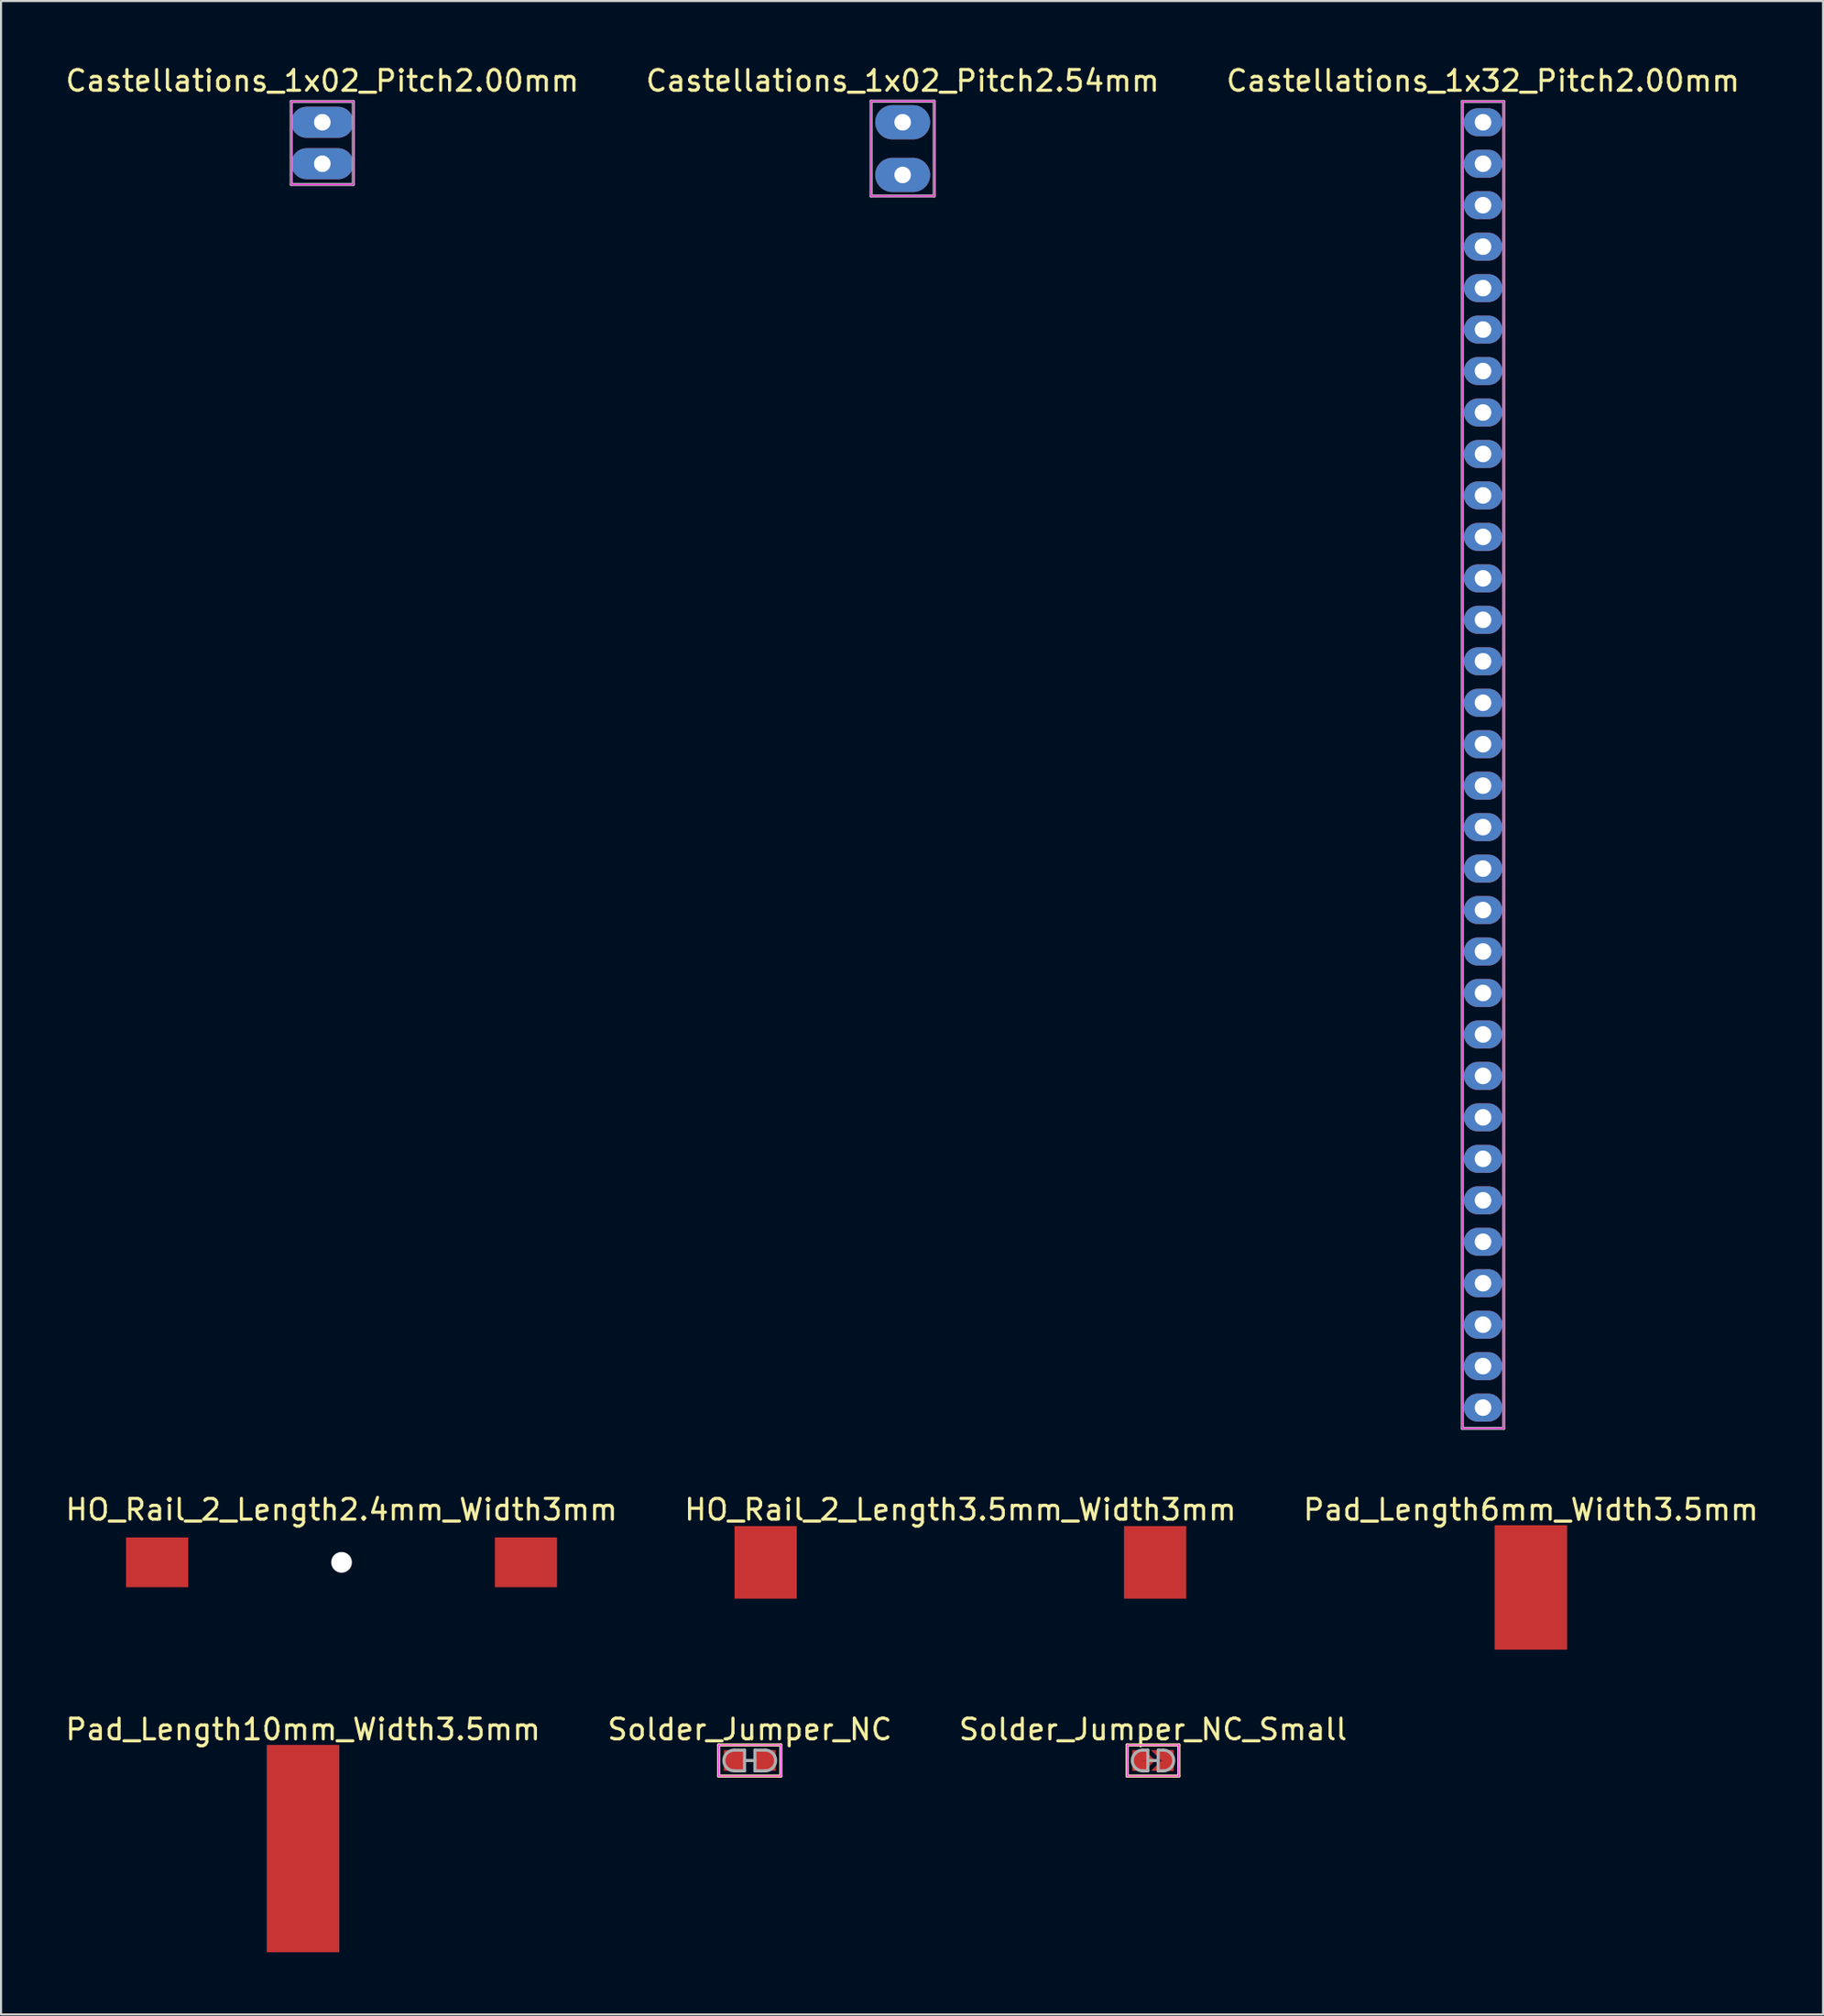
<source format=kicad_pcb>
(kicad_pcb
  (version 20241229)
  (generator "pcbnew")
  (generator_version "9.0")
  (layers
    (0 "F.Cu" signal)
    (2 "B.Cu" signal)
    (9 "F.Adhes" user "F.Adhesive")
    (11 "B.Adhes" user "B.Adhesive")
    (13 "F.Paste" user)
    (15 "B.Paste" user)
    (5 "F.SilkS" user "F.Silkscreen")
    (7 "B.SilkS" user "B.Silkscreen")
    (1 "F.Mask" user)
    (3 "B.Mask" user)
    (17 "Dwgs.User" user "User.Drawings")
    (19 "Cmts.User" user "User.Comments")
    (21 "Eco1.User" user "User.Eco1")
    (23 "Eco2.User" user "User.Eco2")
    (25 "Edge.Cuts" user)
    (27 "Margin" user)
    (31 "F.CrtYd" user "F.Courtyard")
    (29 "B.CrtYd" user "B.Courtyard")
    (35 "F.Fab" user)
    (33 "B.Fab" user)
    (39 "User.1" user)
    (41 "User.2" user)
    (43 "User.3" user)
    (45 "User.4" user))
  (footprint "Castellations_1x02_Pitch2.54mm"
    (layer "F.Cu")
    (at 40.518 2.848)
    (property "Reference" "Castellations_1x02_Pitch2.54mm" (at 0 -2 0) (layer "F.SilkS") (effects (font (size 1 1) (thickness 0.15))))
    (attr through_hole)
    (fp_line (start -1.524 -1.016) (end 1.524 -1.016) (stroke (width 0.05) (type solid)) (layer "F.CrtYd"))
    (fp_line (start -1.524 3.556) (end -1.524 -1.016) (stroke (width 0.05) (type solid)) (layer "F.CrtYd"))
    (fp_line (start 1.524 -1.016) (end 1.524 3.556) (stroke (width 0.05) (type solid)) (layer "F.CrtYd"))
    (fp_line (start 1.524 3.556) (end -1.524 3.556) (stroke (width 0.05) (type solid)) (layer "F.CrtYd"))
    (fp_line (start -1.524 -1.016) (end 1.524 -1.016) (stroke (width 0.15) (type solid)) (layer "F.Fab"))
    (fp_line (start -1.524 3.556) (end -1.524 -1.016) (stroke (width 0.15) (type solid)) (layer "F.Fab"))
    (fp_line (start 1.524 -1.016) (end 1.524 3.556) (stroke (width 0.15) (type solid)) (layer "F.Fab"))
    (fp_line (start 1.524 3.556) (end -1.524 3.556) (stroke (width 0.15) (type solid)) (layer "F.Fab"))
    (pad "1" thru_hole oval (at 0 0) (size 2.65 1.65) (drill 0.8) (layers "*.Cu" "*.Mask"))
    (pad "2" thru_hole oval (at 0 2.54) (size 2.65 1.65) (drill 0.8) (layers "*.Cu" "*.Mask")))
  (footprint "Solder_Jumper_NC"
    (layer "F.Cu")
    (at 33.137 81.87)
    (property "Reference" "Solder_Jumper_NC" (at 0 -1.5 0) (layer "F.SilkS") (effects (font (size 1 1) (thickness 0.15))))
    (attr through_hole)
    (fp_line (start -1.5 -0.75) (end 1.5 -0.75) (stroke (width 0.15) (type solid)) (layer "F.SilkS"))
    (fp_line (start -1.5 0.75) (end -1.5 -0.75) (stroke (width 0.15) (type solid)) (layer "F.SilkS"))
    (fp_line (start 1.5 -0.75) (end 1.5 0.75) (stroke (width 0.15) (type solid)) (layer "F.SilkS"))
    (fp_line (start 1.5 0.75) (end -1.5 0.75) (stroke (width 0.15) (type solid)) (layer "F.SilkS"))
    (fp_line (start -1.5 -0.75) (end 1.5 -0.75) (stroke (width 0.05) (type solid)) (layer "F.CrtYd"))
    (fp_line (start -1.5 0.75) (end -1.5 -0.75) (stroke (width 0.05) (type solid)) (layer "F.CrtYd"))
    (fp_line (start 1.5 -0.75) (end 1.5 0.75) (stroke (width 0.05) (type solid)) (layer "F.CrtYd"))
    (fp_line (start 1.5 0.75) (end -1.5 0.75) (stroke (width 0.05) (type solid)) (layer "F.CrtYd"))
    (fp_line (start -0.75 -0.5) (end -0.25 -0.5) (stroke (width 0.15) (type solid)) (layer "F.Fab"))
    (fp_line (start -0.25 -0.5) (end -0.25 0.5) (stroke (width 0.15) (type solid)) (layer "F.Fab"))
    (fp_line (start -0.25 0) (end 0.25 0) (stroke (width 0.15) (type solid)) (layer "F.Fab"))
    (fp_line (start -0.25 0.5) (end -0.75 0.5) (stroke (width 0.15) (type solid)) (layer "F.Fab"))
    (fp_line (start 0.25 -0.5) (end 0.75 -0.5) (stroke (width 0.15) (type solid)) (layer "F.Fab"))
    (fp_line (start 0.25 0.5) (end 0.25 -0.5) (stroke (width 0.15) (type solid)) (layer "F.Fab"))
    (fp_line (start 0.75 0.5) (end 0.25 0.5) (stroke (width 0.15) (type solid)) (layer "F.Fab"))
    (fp_arc (start -0.75 0.5) (mid -1.25 0) (end -0.75 -0.5) (stroke (width 0.15) (type solid)) (layer "F.Fab"))
    (fp_arc (start 0.75 -0.5) (mid 1.25 0) (end 0.75 0.5) (stroke (width 0.15) (type solid)) (layer "F.Fab"))
    (pad "" smd rect (at 0 0) (size 2.5 1) (layers "F.Mask" "F.Paste"))
    (pad "1" smd rect (at -0.75 0) (size 1 1) (layers "F.Cu" "F.Mask" "F.Paste"))
    (pad "2" smd rect (at 0.75 0) (size 1 1) (layers "F.Cu" "F.Mask" "F.Paste")))
  (footprint "Pad_Length10mm_Width3.5mm"
    (layer "F.Cu")
    (at 11.577 86.12)
    (property "Reference" "Pad_Length10mm_Width3.5mm" (at 0 -5.75 0) (layer "F.SilkS") (effects (font (size 1 1) (thickness 0.15))))
    (attr through_hole)
    (pad "1" smd rect (at 0 0) (size 3.5 10) (layers "F.Cu" "F.Mask")))
  (footprint "Castellations_1x02_Pitch2.00mm"
    (layer "F.Cu")
    (at 12.506 2.848)
    (property "Reference" "Castellations_1x02_Pitch2.00mm" (at 0 -2 0) (layer "F.SilkS") (effects (font (size 1 1) (thickness 0.15))))
    (attr through_hole)
    (fp_line (start -1.5 -1) (end 1.5 -1) (stroke (width 0.05) (type solid)) (layer "F.CrtYd"))
    (fp_line (start -1.5 3) (end -1.5 -1) (stroke (width 0.05) (type solid)) (layer "F.CrtYd"))
    (fp_line (start 1.5 -1) (end 1.5 3) (stroke (width 0.05) (type solid)) (layer "F.CrtYd"))
    (fp_line (start 1.5 3) (end -1.5 3) (stroke (width 0.05) (type solid)) (layer "F.CrtYd"))
    (fp_line (start -1.5 -1) (end 1.5 -1) (stroke (width 0.15) (type solid)) (layer "F.Fab"))
    (fp_line (start -1.5 3) (end -1.5 -1) (stroke (width 0.15) (type solid)) (layer "F.Fab"))
    (fp_line (start 1.5 -1) (end 1.5 3) (stroke (width 0.15) (type solid)) (layer "F.Fab"))
    (fp_line (start 1.5 3) (end -1.5 3) (stroke (width 0.15) (type solid)) (layer "F.Fab"))
    (pad "1" thru_hole oval (at 0 0) (size 3 1.5) (drill 0.8) (layers "*.Cu" "*.Mask"))
    (pad "2" thru_hole oval (at 0 2) (size 3 1.5) (drill 0.8) (layers "*.Cu" "*.Mask")))
  (footprint "Pad_Length6mm_Width3.5mm"
    (layer "F.Cu")
    (at 70.839 73.522)
    (property "Reference" "Pad_Length6mm_Width3.5mm" (at 0 -3.75 0) (layer "F.SilkS") (effects (font (size 1 1) (thickness 0.15))))
    (attr through_hole)
    (pad "1" smd rect (at 0 0) (size 3.5 6) (layers "F.Cu" "F.Mask")))
  (footprint "HO_Rail_2_Length3.5mm_Width3mm"
    (layer "F.Cu")
    (at 43.304 72.311)
    (property "Reference" "HO_Rail_2_Length3.5mm_Width3mm" (at 0 -2.54 0) (layer "F.SilkS") (effects (font (size 1 1) (thickness 0.15))))
    (attr through_hole)
    (pad "1" smd rect (at -9.4 0) (size 3 3.5) (layers "F.Cu" "F.Mask" "F.Paste"))
    (pad "2" smd rect (at 9.4 0) (size 3 3.5) (layers "F.Cu" "F.Mask" "F.Paste")))
  (footprint "Castellations_1x32_Pitch2.00mm"
    (layer "F.Cu")
    (at 68.53 2.848)
    (property "Reference" "Castellations_1x32_Pitch2.00mm" (at 0 -2 0) (layer "F.SilkS") (effects (font (size 1 1) (thickness 0.15))))
    (attr through_hole)
    (fp_line (start -1 -1) (end 1 -1) (stroke (width 0.05) (type solid)) (layer "F.CrtYd"))
    (fp_line (start -1 63) (end -1 -1) (stroke (width 0.05) (type solid)) (layer "F.CrtYd"))
    (fp_line (start 1 -1) (end 1 63) (stroke (width 0.05) (type solid)) (layer "F.CrtYd"))
    (fp_line (start 1 63) (end -1 63) (stroke (width 0.05) (type solid)) (layer "F.CrtYd"))
    (fp_line (start -1 -1) (end 1 -1) (stroke (width 0.15) (type solid)) (layer "F.Fab"))
    (fp_line (start -1 63) (end -1 -1) (stroke (width 0.15) (type solid)) (layer "F.Fab"))
    (fp_line (start 1 -1) (end 1 63) (stroke (width 0.15) (type solid)) (layer "F.Fab"))
    (fp_line (start 1 63) (end -1 63) (stroke (width 0.15) (type solid)) (layer "F.Fab"))
    (pad "1" thru_hole oval (at 0 0) (size 1.85 1.35) (drill 0.8) (layers "*.Cu" "*.Mask"))
    (pad "2" thru_hole oval (at 0 2) (size 1.85 1.35) (drill 0.8) (layers "*.Cu" "*.Mask"))
    (pad "3" thru_hole oval (at 0 4) (size 1.85 1.35) (drill 0.8) (layers "*.Cu" "*.Mask"))
    (pad "4" thru_hole oval (at 0 6) (size 1.85 1.35) (drill 0.8) (layers "*.Cu" "*.Mask"))
    (pad "5" thru_hole oval (at 0 8) (size 1.85 1.35) (drill 0.8) (layers "*.Cu" "*.Mask"))
    (pad "6" thru_hole oval (at 0 10) (size 1.85 1.35) (drill 0.8) (layers "*.Cu" "*.Mask"))
    (pad "7" thru_hole oval (at 0 12) (size 1.85 1.35) (drill 0.8) (layers "*.Cu" "*.Mask"))
    (pad "8" thru_hole oval (at 0 14) (size 1.85 1.35) (drill 0.8) (layers "*.Cu" "*.Mask"))
    (pad "9" thru_hole oval (at 0 16) (size 1.85 1.35) (drill 0.8) (layers "*.Cu" "*.Mask"))
    (pad "10" thru_hole oval (at 0 18) (size 1.85 1.35) (drill 0.8) (layers "*.Cu" "*.Mask"))
    (pad "11" thru_hole oval (at 0 20) (size 1.85 1.35) (drill 0.8) (layers "*.Cu" "*.Mask"))
    (pad "12" thru_hole oval (at 0 22) (size 1.85 1.35) (drill 0.8) (layers "*.Cu" "*.Mask"))
    (pad "13" thru_hole oval (at 0 24) (size 1.85 1.35) (drill 0.8) (layers "*.Cu" "*.Mask"))
    (pad "14" thru_hole oval (at 0 26) (size 1.85 1.35) (drill 0.8) (layers "*.Cu" "*.Mask"))
    (pad "15" thru_hole oval (at 0 28) (size 1.85 1.35) (drill 0.8) (layers "*.Cu" "*.Mask"))
    (pad "16" thru_hole oval (at 0 30) (size 1.85 1.35) (drill 0.8) (layers "*.Cu" "*.Mask"))
    (pad "17" thru_hole oval (at 0 32) (size 1.85 1.35) (drill 0.8) (layers "*.Cu" "*.Mask"))
    (pad "18" thru_hole oval (at 0 34) (size 1.85 1.35) (drill 0.8) (layers "*.Cu" "*.Mask"))
    (pad "19" thru_hole oval (at 0 36) (size 1.85 1.35) (drill 0.8) (layers "*.Cu" "*.Mask"))
    (pad "20" thru_hole oval (at 0 38) (size 1.85 1.35) (drill 0.8) (layers "*.Cu" "*.Mask"))
    (pad "21" thru_hole oval (at 0 40) (size 1.85 1.35) (drill 0.8) (layers "*.Cu" "*.Mask"))
    (pad "22" thru_hole oval (at 0 42) (size 1.85 1.35) (drill 0.8) (layers "*.Cu" "*.Mask"))
    (pad "23" thru_hole oval (at 0 44) (size 1.85 1.35) (drill 0.8) (layers "*.Cu" "*.Mask"))
    (pad "24" thru_hole oval (at 0 46) (size 1.85 1.35) (drill 0.8) (layers "*.Cu" "*.Mask"))
    (pad "25" thru_hole oval (at 0 48) (size 1.85 1.35) (drill 0.8) (layers "*.Cu" "*.Mask"))
    (pad "26" thru_hole oval (at 0 50) (size 1.85 1.35) (drill 0.8) (layers "*.Cu" "*.Mask"))
    (pad "27" thru_hole oval (at 0 52) (size 1.85 1.35) (drill 0.8) (layers "*.Cu" "*.Mask"))
    (pad "28" thru_hole oval (at 0 54) (size 1.85 1.35) (drill 0.8) (layers "*.Cu" "*.Mask"))
    (pad "29" thru_hole oval (at 0 56) (size 1.85 1.35) (drill 0.8) (layers "*.Cu" "*.Mask"))
    (pad "30" thru_hole oval (at 0 58) (size 1.85 1.35) (drill 0.8) (layers "*.Cu" "*.Mask"))
    (pad "31" thru_hole oval (at 0 60) (size 1.85 1.35) (drill 0.8) (layers "*.Cu" "*.Mask"))
    (pad "32" thru_hole oval (at 0 62) (size 1.85 1.35) (drill 0.8) (layers "*.Cu" "*.Mask")))
  (footprint "Solder_Jumper_NC_Small"
    (layer "F.Cu")
    (at 52.601 81.87)
    (property "Reference" "Solder_Jumper_NC_Small" (at 0 -1.5 0) (layer "F.SilkS") (effects (font (size 1 1) (thickness 0.15))))
    (attr through_hole)
    (fp_line (start -1.25 -0.75) (end 1.25 -0.75) (stroke (width 0.15) (type solid)) (layer "F.SilkS"))
    (fp_line (start -1.25 0.75) (end -1.25 -0.75) (stroke (width 0.15) (type solid)) (layer "F.SilkS"))
    (fp_line (start 1.25 -0.75) (end 1.25 0.75) (stroke (width 0.15) (type solid)) (layer "F.SilkS"))
    (fp_line (start 1.25 0.75) (end -1.25 0.75) (stroke (width 0.15) (type solid)) (layer "F.SilkS"))
    (fp_line (start -1.25 -0.75) (end 1.25 -0.75) (stroke (width 0.05) (type solid)) (layer "F.CrtYd"))
    (fp_line (start -1.25 0.75) (end -1.25 -0.75) (stroke (width 0.05) (type solid)) (layer "F.CrtYd"))
    (fp_line (start 1.25 -0.75) (end 1.25 0.75) (stroke (width 0.05) (type solid)) (layer "F.CrtYd"))
    (fp_line (start 1.25 0.75) (end -1.25 0.75) (stroke (width 0.05) (type solid)) (layer "F.CrtYd"))
    (fp_line (start -0.5 -0.5) (end -0.25 -0.5) (stroke (width 0.15) (type solid)) (layer "F.Fab"))
    (fp_line (start -0.25 -0.5) (end -0.25 0.5) (stroke (width 0.15) (type solid)) (layer "F.Fab"))
    (fp_line (start -0.25 0) (end 0.25 0) (stroke (width 0.15) (type solid)) (layer "F.Fab"))
    (fp_line (start -0.25 0.5) (end -0.5 0.5) (stroke (width 0.15) (type solid)) (layer "F.Fab"))
    (fp_line (start 0.25 -0.5) (end 0.5 -0.5) (stroke (width 0.15) (type solid)) (layer "F.Fab"))
    (fp_line (start 0.25 0.5) (end 0.25 -0.5) (stroke (width 0.15) (type solid)) (layer "F.Fab"))
    (fp_line (start 0.5 0.5) (end 0.25 0.5) (stroke (width 0.15) (type solid)) (layer "F.Fab"))
    (fp_arc (start -0.5 0.5) (mid -1 0) (end -0.5 -0.5) (stroke (width 0.15) (type solid)) (layer "F.Fab"))
    (fp_arc (start 0.5 -0.5) (mid 1 0) (end 0.5 0.5) (stroke (width 0.15) (type solid)) (layer "F.Fab"))
    (pad "" smd rect (at 0 0) (size 2 1) (layers "F.Mask" "F.Paste"))
    (pad "1" smd rect (at -0.75 0) (size 0.5 1) (layers "F.Cu" "F.Paste"))
    (pad "1" smd trapezoid (at -0.45 -0.25) (size 0.6 0.5) (rect_delta 0 0.5) (layers "F.Cu" "F.Paste"))
    (pad "1" smd trapezoid (at -0.45 0.25 180) (size 0.6 0.5) (rect_delta 0 0.5) (layers "F.Cu" "F.Paste"))
    (pad "2" smd trapezoid (at 0.45 -0.25 180) (size 0.6 0.5) (rect_delta 0 0.5) (layers "F.Cu" "F.Paste"))
    (pad "2" smd trapezoid (at 0.45 0.25) (size 0.6 0.5) (rect_delta 0 0.5) (layers "F.Cu" "F.Paste"))
    (pad "2" smd rect (at 0.75 0) (size 0.5 1) (layers "F.Cu" "F.Paste")))
  (footprint "HO_Rail_2_Length2.4mm_Width3mm"
    (layer "F.Cu")
    (at 13.435 72.311)
    (property "Reference" "HO_Rail_2_Length2.4mm_Width3mm" (at 0 -2.54 0) (layer "F.SilkS") (effects (font (size 1 1) (thickness 0.15))))
    (attr through_hole)
    (pad "" np_thru_hole circle (at 0 0) (size 1 1) (drill 1) (layers "*.Cu" "*.Mask"))
    (pad "1" smd rect (at -8.9 0) (size 3 2.4) (layers "F.Cu" "F.Mask"))
    (pad "2" smd rect (at 8.9 0) (size 3 2.4) (layers "F.Cu" "F.Mask")))
  (gr_rect
    (start -3 -3)
    (end 84.94 94.12)
    (stroke (width 0.1) (type default))
    (fill no)
    (layer "Edge.Cuts")))
</source>
